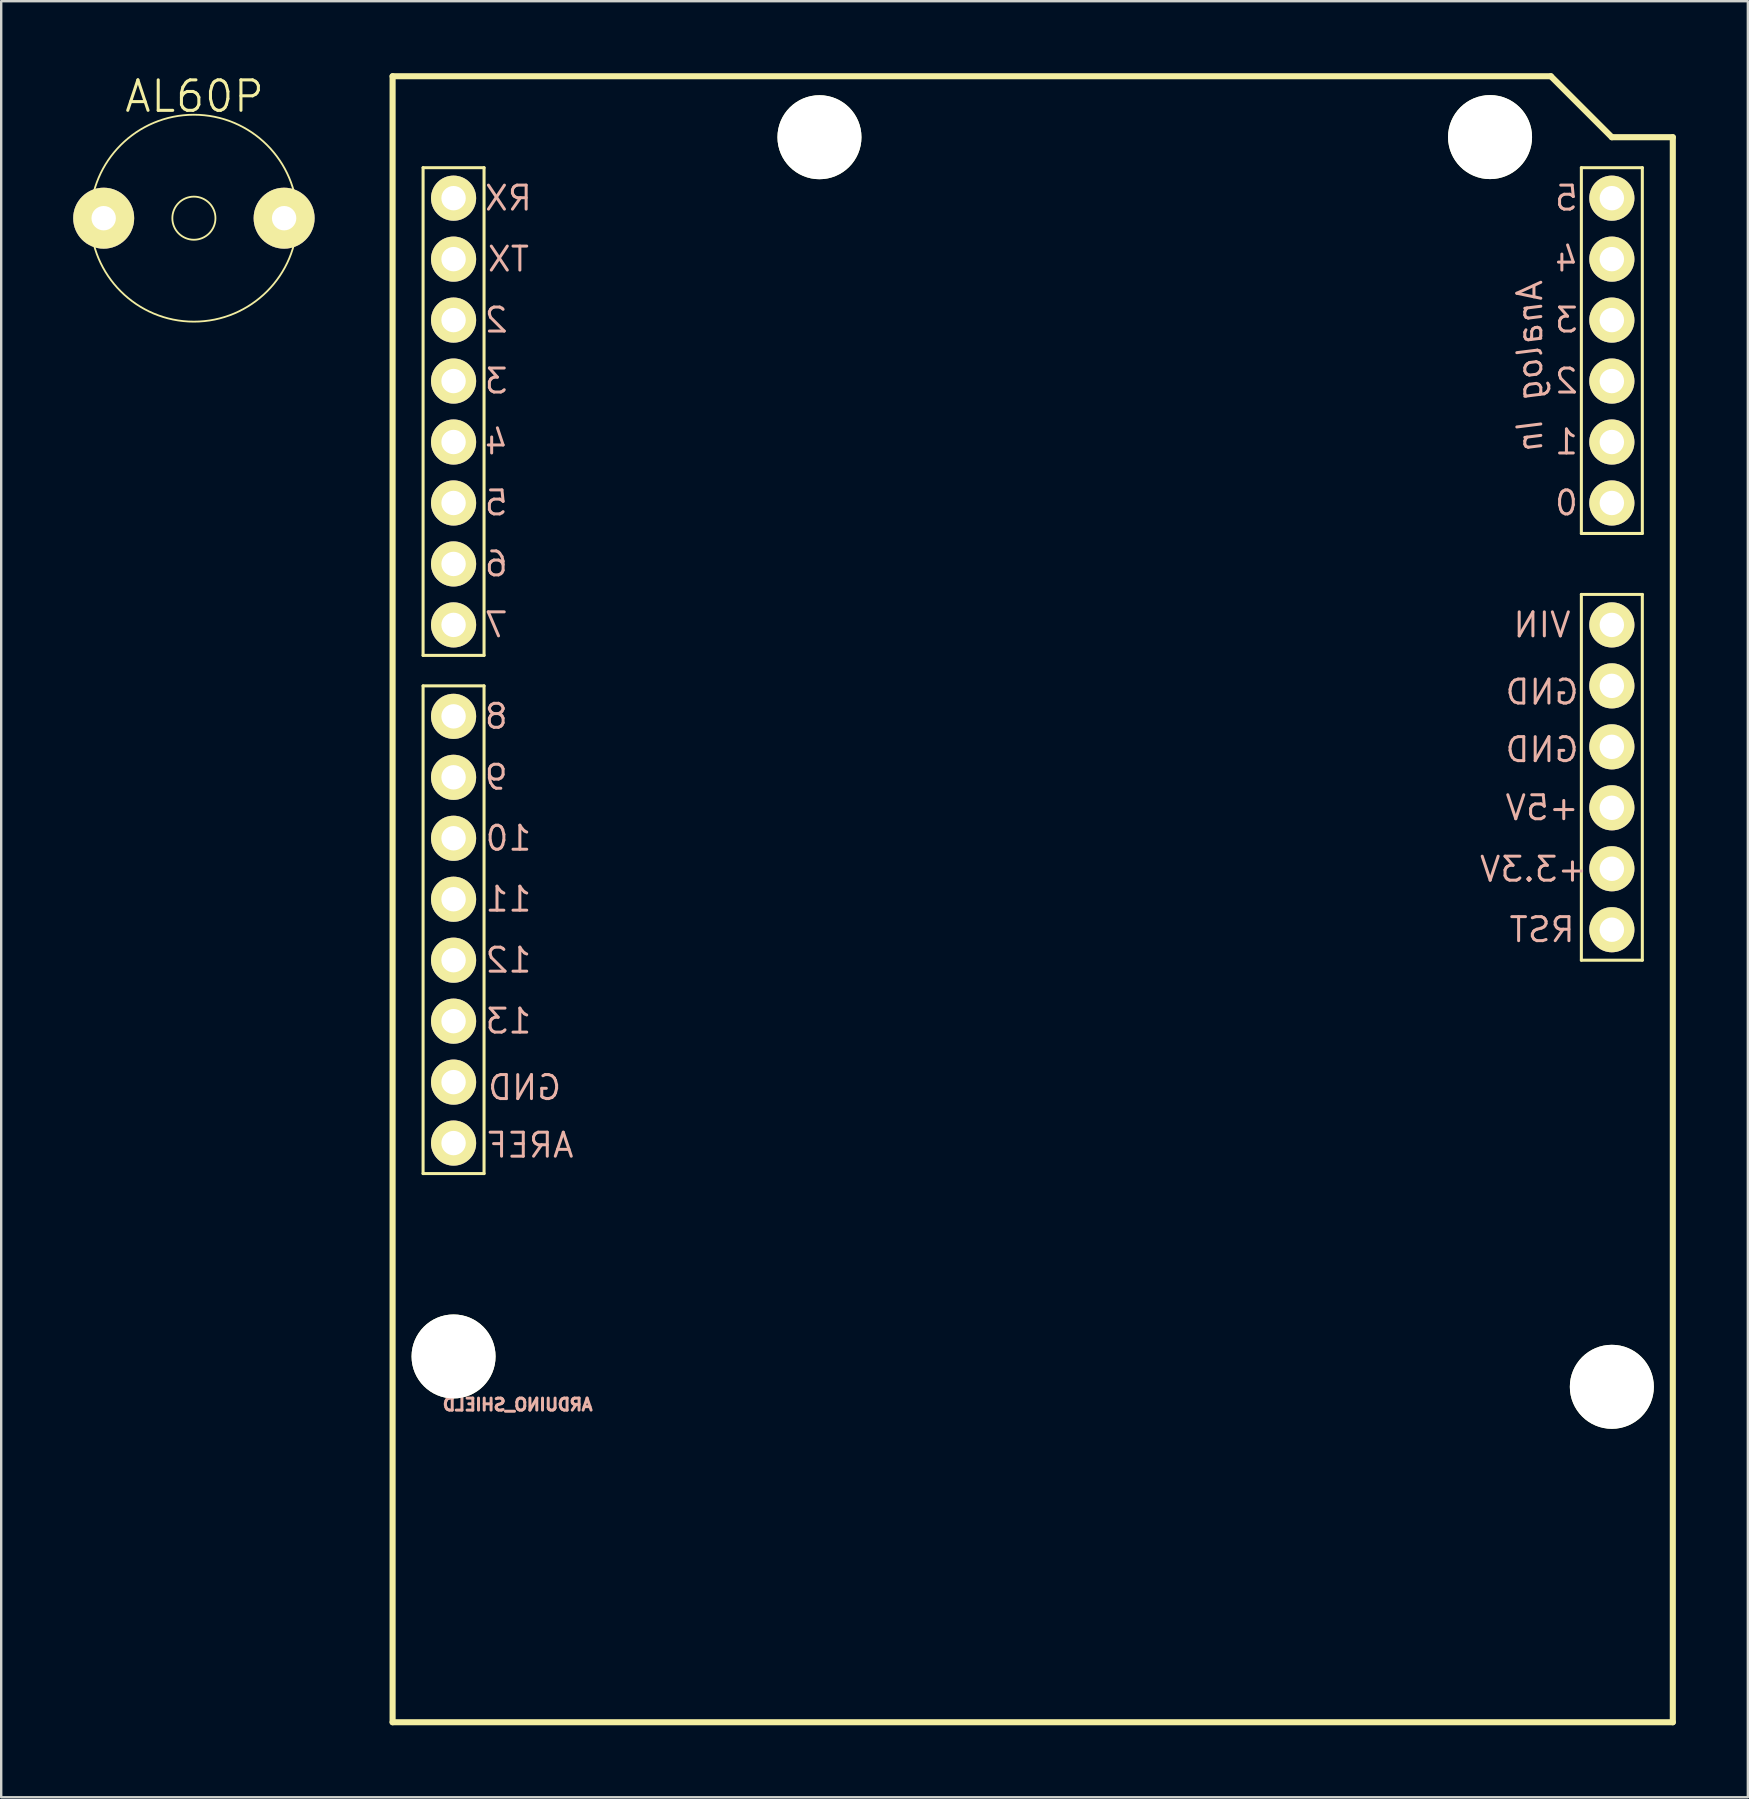
<source format=kicad_pcb>
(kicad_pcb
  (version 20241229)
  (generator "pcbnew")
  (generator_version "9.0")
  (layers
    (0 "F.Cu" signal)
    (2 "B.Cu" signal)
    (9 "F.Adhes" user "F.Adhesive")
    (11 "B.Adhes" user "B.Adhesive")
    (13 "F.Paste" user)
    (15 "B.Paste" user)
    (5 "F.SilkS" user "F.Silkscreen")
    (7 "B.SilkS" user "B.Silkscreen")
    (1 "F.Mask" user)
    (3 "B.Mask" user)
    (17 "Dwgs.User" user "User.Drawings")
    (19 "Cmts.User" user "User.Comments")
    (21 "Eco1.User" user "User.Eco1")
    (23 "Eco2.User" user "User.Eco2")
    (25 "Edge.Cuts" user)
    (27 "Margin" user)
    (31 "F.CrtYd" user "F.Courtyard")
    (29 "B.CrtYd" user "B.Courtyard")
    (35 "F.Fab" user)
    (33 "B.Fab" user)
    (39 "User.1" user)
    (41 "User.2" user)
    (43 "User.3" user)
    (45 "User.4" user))
  (footprint "AL60P"
    (layer "F.Cu")
    (at 5.029 6.041)
    (property "Reference" "AL60P" (at 0.025 -5.075 0) (layer "F.SilkS") (effects (font (size 1.27 1.27) (thickness 0.127))))
    (attr exclude_from_pos_files exclude_from_bom)
    (fp_circle (center 0 0) (end -3.048 3.048) (stroke (width 0.076) (type solid)) (fill no) (layer "F.SilkS"))
    (fp_circle (center 0 0) (end -0.635 0.635) (stroke (width 0.076) (type solid)) (fill no) (layer "F.SilkS"))
    (pad "1" thru_hole circle (at -3.759 0) (size 2.54 2.54) (drill 1.016) (layers "*.Cu" "*.Mask" "F.SilkS" "F.Paste"))
    (pad "2" thru_hole circle (at 3.759 0) (size 2.54 2.54) (drill 1.016) (layers "*.Cu" "*.Mask" "F.SilkS" "F.Paste")))
  (footprint "ARDUINO_SHIELD"
    (layer "F.Cu")
    (at 13.308 59.817)
    (property "Reference" "ARDUINO_SHIELD" (at 5.21 -4.34 0) (layer "B.SilkS") (effects (font (size 0.5 0.5) (thickness 0.125)) (justify mirror)))
    (attr exclude_from_pos_files exclude_from_bom)
    (fp_line (start 0 -59.69) (end 0 8.89) (stroke (width 0.254) (type solid)) (layer "F.SilkS"))
    (fp_line (start 0 8.89) (end 53.34 8.89) (stroke (width 0.254) (type solid)) (layer "F.SilkS"))
    (fp_line (start 0.889 -6.35) (end 4.191 -6.35) (stroke (width 0.127) (type solid)) (layer "F.SilkS"))
    (fp_line (start 1.27 -55.88) (end 3.81 -55.88) (stroke (width 0.127) (type solid)) (layer "F.SilkS"))
    (fp_line (start 1.27 -35.56) (end 1.27 -55.88) (stroke (width 0.127) (type solid)) (layer "F.SilkS"))
    (fp_line (start 1.27 -34.29) (end 3.81 -34.29) (stroke (width 0.127) (type solid)) (layer "F.SilkS"))
    (fp_line (start 1.27 -13.97) (end 1.27 -34.29) (stroke (width 0.127) (type solid)) (layer "F.SilkS"))
    (fp_line (start 2.54 -4.699) (end 2.54 -8.001) (stroke (width 0.127) (type solid)) (layer "F.SilkS"))
    (fp_line (start 3.81 -55.88) (end 3.81 -35.56) (stroke (width 0.127) (type solid)) (layer "F.SilkS"))
    (fp_line (start 3.81 -35.56) (end 1.27 -35.56) (stroke (width 0.127) (type solid)) (layer "F.SilkS"))
    (fp_line (start 3.81 -34.29) (end 3.81 -13.97) (stroke (width 0.127) (type solid)) (layer "F.SilkS"))
    (fp_line (start 3.81 -13.97) (end 1.27 -13.97) (stroke (width 0.127) (type solid)) (layer "F.SilkS"))
    (fp_line (start 16.139 -57.15) (end 19.441 -57.15) (stroke (width 0.127) (type solid)) (layer "F.SilkS"))
    (fp_line (start 17.79 -55.499) (end 17.79 -58.801) (stroke (width 0.127) (type solid)) (layer "F.SilkS"))
    (fp_line (start 44.069 -57.15) (end 47.371 -57.15) (stroke (width 0.127) (type solid)) (layer "F.SilkS"))
    (fp_line (start 45.72 -55.499) (end 45.72 -58.801) (stroke (width 0.127) (type solid)) (layer "F.SilkS"))
    (fp_line (start 48.26 -59.69) (end 0 -59.69) (stroke (width 0.254) (type solid)) (layer "F.SilkS"))
    (fp_line (start 49.159 -5.08) (end 52.461 -5.08) (stroke (width 0.127) (type solid)) (layer "F.SilkS"))
    (fp_line (start 49.53 -55.88) (end 52.07 -55.88) (stroke (width 0.127) (type solid)) (layer "F.SilkS"))
    (fp_line (start 49.53 -40.64) (end 49.53 -55.88) (stroke (width 0.127) (type solid)) (layer "F.SilkS"))
    (fp_line (start 49.53 -38.1) (end 49.53 -22.86) (stroke (width 0.127) (type solid)) (layer "F.SilkS"))
    (fp_line (start 49.53 -22.86) (end 52.07 -22.86) (stroke (width 0.127) (type solid)) (layer "F.SilkS"))
    (fp_line (start 50.8 -57.15) (end 48.26 -59.69) (stroke (width 0.254) (type solid)) (layer "F.SilkS"))
    (fp_line (start 50.81 -3.429) (end 50.81 -6.731) (stroke (width 0.127) (type solid)) (layer "F.SilkS"))
    (fp_line (start 52.07 -55.88) (end 52.07 -40.64) (stroke (width 0.127) (type solid)) (layer "F.SilkS"))
    (fp_line (start 52.07 -40.64) (end 49.53 -40.64) (stroke (width 0.127) (type solid)) (layer "F.SilkS"))
    (fp_line (start 52.07 -38.1) (end 49.53 -38.1) (stroke (width 0.127) (type solid)) (layer "F.SilkS"))
    (fp_line (start 52.07 -22.86) (end 52.07 -38.1) (stroke (width 0.127) (type solid)) (layer "F.SilkS"))
    (fp_line (start 53.34 -57.15) (end 50.8 -57.15) (stroke (width 0.254) (type solid)) (layer "F.SilkS"))
    (fp_line (start 53.34 8.89) (end 53.34 -57.15) (stroke (width 0.254) (type solid)) (layer "F.SilkS"))
    (fp_circle (center 2.54 -6.35) (end 3.365 -7.176) (stroke (width 0.127) (type solid)) (fill no) (layer "F.SilkS"))
    (fp_circle (center 2.54 -6.35) (end 3.493 -7.303) (stroke (width 0.064) (type solid)) (fill no) (layer "F.SilkS"))
    (fp_circle (center 2.54 -6.35) (end 3.493 -7.303) (stroke (width 0.064) (type solid)) (fill no) (layer "F.SilkS"))
    (fp_circle (center 17.79 -57.15) (end 18.616 -57.975) (stroke (width 0.127) (type solid)) (fill no) (layer "F.SilkS"))
    (fp_circle (center 17.79 -57.15) (end 18.742 -58.102) (stroke (width 0.064) (type solid)) (fill no) (layer "F.SilkS"))
    (fp_circle (center 17.79 -57.15) (end 18.742 -58.102) (stroke (width 0.064) (type solid)) (fill no) (layer "F.SilkS"))
    (fp_circle (center 45.72 -57.15) (end 46.545 -57.975) (stroke (width 0.127) (type solid)) (fill no) (layer "F.SilkS"))
    (fp_circle (center 45.72 -57.15) (end 46.672 -58.102) (stroke (width 0.064) (type solid)) (fill no) (layer "F.SilkS"))
    (fp_circle (center 45.72 -57.15) (end 46.672 -58.102) (stroke (width 0.064) (type solid)) (fill no) (layer "F.SilkS"))
    (fp_circle (center 50.81 -5.08) (end 51.636 -5.905) (stroke (width 0.127) (type solid)) (fill no) (layer "F.SilkS"))
    (fp_circle (center 50.81 -5.08) (end 51.763 -6.032) (stroke (width 0.064) (type solid)) (fill no) (layer "F.SilkS"))
    (fp_circle (center 50.81 -5.08) (end 51.763 -6.032) (stroke (width 0.064) (type solid)) (fill no) (layer "F.SilkS"))
    (fp_text user "AREF" (at 5.73 -15.15 0) (layer "B.SilkS") (effects (font (size 1 1) (thickness 0.125)) (justify mirror)))
    (fp_text user "+5V" (at 47.892 -29.21 0) (layer "B.SilkS") (effects (font (size 1 1) (thickness 0.125)) (justify mirror)))
    (fp_text user "GND" (at 5.5 -17.55 0) (layer "B.SilkS") (effects (font (size 1 1) (thickness 0.125)) (justify mirror)))
    (fp_text user "8" (at 4.318 -33.02 0) (layer "B.SilkS") (effects (font (size 1 1) (thickness 0.125)) (justify mirror)))
    (fp_text user "+3.3V" (at 47.54 -26.65 0) (layer "B.SilkS") (effects (font (size 1 1) (thickness 0.125)) (justify mirror)))
    (fp_text user "0" (at 48.908 -41.91 0) (layer "B.SilkS") (effects (font (size 1 1) (thickness 0.125)) (justify mirror)))
    (fp_text user "13" (at 4.826 -20.32 0) (layer "B.SilkS") (effects (font (size 1 1) (thickness 0.125)) (justify mirror)))
    (fp_text user "Analog In" (at 47.384 -47.625 90) (layer "B.SilkS") (effects (font (size 1 1) (thickness 0.125) (italic yes)) (justify mirror)))
    (fp_text user "TX" (at 4.826 -52.07 0) (layer "B.SilkS") (effects (font (size 1 1) (thickness 0.125)) (justify mirror)))
    (fp_text user "4" (at 4.318 -44.45 0) (layer "B.SilkS") (effects (font (size 1 1) (thickness 0.125)) (justify mirror)))
    (fp_text user "10" (at 4.826 -27.94 0) (layer "B.SilkS") (effects (font (size 1 1) (thickness 0.125)) (justify mirror)))
    (fp_text user "3" (at 4.318 -46.99 0) (layer "B.SilkS") (effects (font (size 1 1) (thickness 0.125)) (justify mirror)))
    (fp_text user "GND" (at 47.892 -34.03 0) (layer "B.SilkS") (effects (font (size 1 1) (thickness 0.125)) (justify mirror)))
    (fp_text user "3" (at 48.908 -49.53 0) (layer "B.SilkS") (effects (font (size 1 1) (thickness 0.125)) (justify mirror)))
    (fp_text user "2" (at 4.318 -49.53 0) (layer "B.SilkS") (effects (font (size 1 1) (thickness 0.125)) (justify mirror)))
    (fp_text user "5" (at 48.908 -54.61 0) (layer "B.SilkS") (effects (font (size 1 1) (thickness 0.125)) (justify mirror)))
    (fp_text user "12" (at 4.826 -22.86 0) (layer "B.SilkS") (effects (font (size 1 1) (thickness 0.125)) (justify mirror)))
    (fp_text user "6" (at 4.318 -39.37 0) (layer "B.SilkS") (effects (font (size 1 1) (thickness 0.125)) (justify mirror)))
    (fp_text user "GND" (at 47.892 -31.63 0) (layer "B.SilkS") (effects (font (size 1 1) (thickness 0.125)) (justify mirror)))
    (fp_text user "7" (at 4.318 -36.83 0) (layer "B.SilkS") (effects (font (size 1 1) (thickness 0.125)) (justify mirror)))
    (fp_text user "11" (at 4.826 -25.4 0) (layer "B.SilkS") (effects (font (size 1 1) (thickness 0.125)) (justify mirror)))
    (fp_text user "VIN" (at 47.892 -36.83 0) (layer "B.SilkS") (effects (font (size 1 1) (thickness 0.125)) (justify mirror)))
    (fp_text user "4" (at 48.908 -52.07 0) (layer "B.SilkS") (effects (font (size 1 1) (thickness 0.125)) (justify mirror)))
    (fp_text user "RX" (at 4.826 -54.61 0) (layer "B.SilkS") (effects (font (size 1 1) (thickness 0.125)) (justify mirror)))
    (fp_text user "1" (at 48.908 -44.45 0) (layer "B.SilkS") (effects (font (size 1 1) (thickness 0.125)) (justify mirror)))
    (fp_text user "9" (at 4.318 -30.48 0) (layer "B.SilkS") (effects (font (size 1 1) (thickness 0.125)) (justify mirror)))
    (fp_text user "5" (at 4.318 -41.91 0) (layer "B.SilkS") (effects (font (size 1 1) (thickness 0.125)) (justify mirror)))
    (fp_text user "RST" (at 47.892 -24.13 0) (layer "B.SilkS") (effects (font (size 1 1) (thickness 0.125)) (justify mirror)))
    (fp_text user "2" (at 48.908 -46.99 0) (layer "B.SilkS") (effects (font (size 1 1) (thickness 0.125)) (justify mirror)))
    (pad "" np_thru_hole circle (at 2.54 -6.35) (size 3.5 3.5) (drill 3.5) (layers "*.Cu" "*.Mask" "F.SilkS"))
    (pad "" np_thru_hole circle (at 17.785 -57.15) (size 3.5 3.5) (drill 3.5) (layers "*.Cu" "*.Mask" "F.SilkS"))
    (pad "" np_thru_hole circle (at 45.725 -57.155) (size 3.5 3.5) (drill 3.5) (layers "*.Cu" "*.Mask" "F.SilkS"))
    (pad "" np_thru_hole circle (at 50.8 -5.085) (size 3.5 3.5) (drill 3.5) (layers "*.Cu" "*.Mask" "F.SilkS"))
    (pad "3.3V" thru_hole circle (at 50.8 -26.67) (size 1.88 1.88) (drill 1.016) (layers "*.Cu" "*.Mask" "F.SilkS" "F.Paste"))
    (pad "5V" thru_hole circle (at 50.8 -29.21) (size 1.88 1.88) (drill 1.016) (layers "*.Cu" "*.Mask" "F.SilkS" "F.Paste"))
    (pad "A0" thru_hole circle (at 50.8 -41.91) (size 1.88 1.88) (drill 1.016) (layers "*.Cu" "*.Mask" "F.SilkS" "F.Paste"))
    (pad "A1" thru_hole circle (at 50.8 -44.45) (size 1.88 1.88) (drill 1.016) (layers "*.Cu" "*.Mask" "F.SilkS" "F.Paste"))
    (pad "A2" thru_hole circle (at 50.8 -46.99) (size 1.88 1.88) (drill 1.016) (layers "*.Cu" "*.Mask" "F.SilkS" "F.Paste"))
    (pad "A3" thru_hole circle (at 50.8 -49.53) (size 1.88 1.88) (drill 1.016) (layers "*.Cu" "*.Mask" "F.SilkS" "F.Paste"))
    (pad "A4" thru_hole circle (at 50.8 -52.07) (size 1.88 1.88) (drill 1.016) (layers "*.Cu" "*.Mask" "F.SilkS" "F.Paste"))
    (pad "A5" thru_hole circle (at 50.8 -54.61) (size 1.88 1.88) (drill 1.016) (layers "*.Cu" "*.Mask" "F.SilkS" "F.Paste"))
    (pad "AREF" thru_hole circle (at 2.54 -15.24) (size 1.88 1.88) (drill 1.016) (layers "*.Cu" "*.Mask" "F.SilkS" "F.Paste"))
    (pad "D2" thru_hole circle (at 2.54 -49.53) (size 1.88 1.88) (drill 1.016) (layers "*.Cu" "*.Mask" "F.SilkS" "F.Paste"))
    (pad "D3" thru_hole circle (at 2.54 -46.99) (size 1.88 1.88) (drill 1.016) (layers "*.Cu" "*.Mask" "F.SilkS" "F.Paste"))
    (pad "D4" thru_hole circle (at 2.54 -44.45) (size 1.88 1.88) (drill 1.016) (layers "*.Cu" "*.Mask" "F.SilkS" "F.Paste"))
    (pad "D5" thru_hole circle (at 2.54 -41.91) (size 1.88 1.88) (drill 1.016) (layers "*.Cu" "*.Mask" "F.SilkS" "F.Paste"))
    (pad "D6" thru_hole circle (at 2.54 -39.37) (size 1.88 1.88) (drill 1.016) (layers "*.Cu" "*.Mask" "F.SilkS" "F.Paste"))
    (pad "D7" thru_hole circle (at 2.54 -36.83) (size 1.88 1.88) (drill 1.016) (layers "*.Cu" "*.Mask" "F.SilkS" "F.Paste"))
    (pad "D8" thru_hole circle (at 2.54 -33.02) (size 1.88 1.88) (drill 1.016) (layers "*.Cu" "*.Mask" "F.SilkS" "F.Paste"))
    (pad "D9" thru_hole circle (at 2.54 -30.48) (size 1.88 1.88) (drill 1.016) (layers "*.Cu" "*.Mask" "F.SilkS" "F.Paste"))
    (pad "D10" thru_hole circle (at 2.54 -27.94) (size 1.88 1.88) (drill 1.016) (layers "*.Cu" "*.Mask" "F.SilkS" "F.Paste"))
    (pad "D11" thru_hole circle (at 2.54 -25.4) (size 1.88 1.88) (drill 1.016) (layers "*.Cu" "*.Mask" "F.SilkS" "F.Paste"))
    (pad "D12" thru_hole circle (at 2.54 -22.86) (size 1.88 1.88) (drill 1.016) (layers "*.Cu" "*.Mask" "F.SilkS" "F.Paste"))
    (pad "D13" thru_hole circle (at 2.54 -20.32) (size 1.88 1.88) (drill 1.016) (layers "*.Cu" "*.Mask" "F.SilkS" "F.Paste"))
    (pad "GD1" thru_hole circle (at 2.54 -17.78) (size 1.88 1.88) (drill 1.016) (layers "*.Cu" "*.Mask" "F.SilkS" "F.Paste"))
    (pad "GP1" thru_hole circle (at 50.8 -34.29) (size 1.88 1.88) (drill 1.016) (layers "*.Cu" "*.Mask" "F.SilkS" "F.Paste"))
    (pad "GP2" thru_hole circle (at 50.8 -31.75) (size 1.88 1.88) (drill 1.016) (layers "*.Cu" "*.Mask" "F.SilkS" "F.Paste"))
    (pad "RES" thru_hole circle (at 50.8 -24.13) (size 1.88 1.88) (drill 1.016) (layers "*.Cu" "*.Mask" "F.SilkS" "F.Paste"))
    (pad "RX" thru_hole circle (at 2.54 -54.61) (size 1.88 1.88) (drill 1.016) (layers "*.Cu" "*.Mask" "F.SilkS" "F.Paste"))
    (pad "TX" thru_hole circle (at 2.54 -52.07) (size 1.88 1.88) (drill 1.016) (layers "*.Cu" "*.Mask" "F.SilkS" "F.Paste"))
    (pad "VIN" thru_hole circle (at 50.8 -36.83) (size 1.88 1.88) (drill 1.016) (layers "*.Cu" "*.Mask" "F.SilkS" "F.Paste")))
  (gr_rect
    (start -3 -3)
    (end 69.775 71.834)
    (stroke (width 0.1) (type default))
    (fill no)
    (layer "Edge.Cuts")))
</source>
